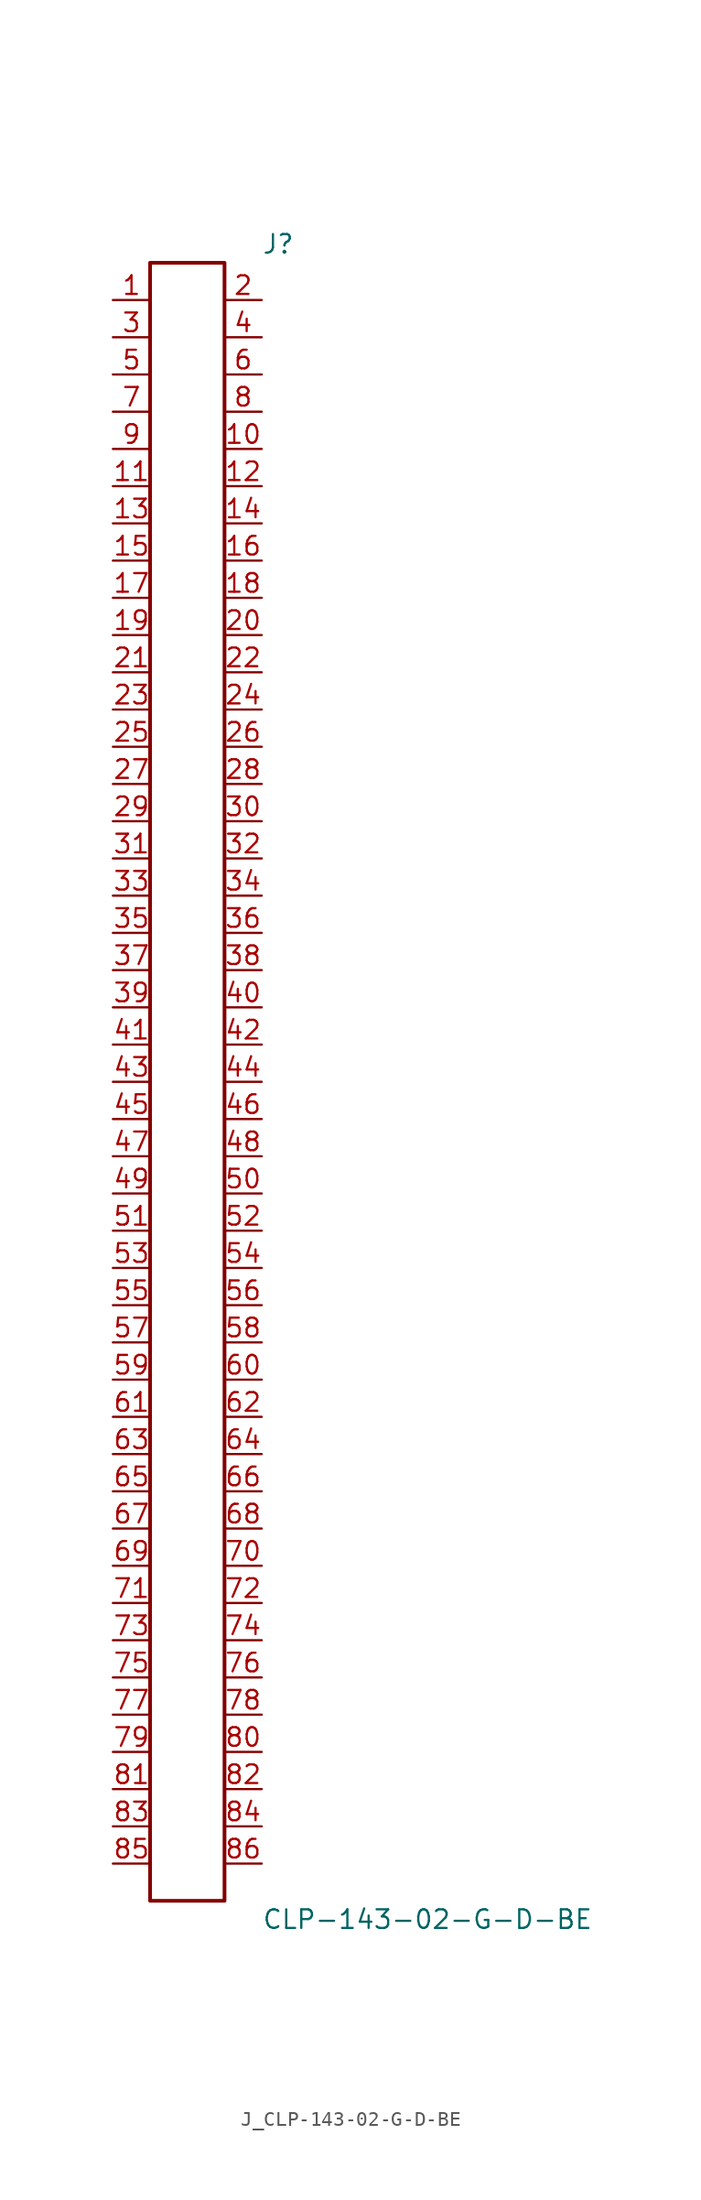
<source format=kicad_sym>
(kicad_symbol_lib
  (version 20231120)
  (generator kicad_symbol_editor)
  (generator_version 8.0)
  (symbol "J_CLP-143-02-G-D-BE"
    (pin_names
      (offset 0.254))
    (property "Reference" "J"
      (at 5.08 57.15 0)
      (effects (font (size 1.27 1.27)) (justify left)))
    (property "Value" "CLP-143-02-G-D-BE"
      (at 5.08 -57.15 0)
      (effects (font (size 1.27 1.27)) (justify left)))
    (symbol "J_CLP-143-02-G-D-BE_0_0"
      (pin passive line (at -5.08 53.34 0) (length 2.54) (name "" (effects (font (size 1.27 1.27)))) (number "1" (effects (font (size 1.27 1.27)))))
      (pin passive line (at 5.08 53.34 180) (length 2.54) (name "" (effects (font (size 1.27 1.27)))) (number "2" (effects (font (size 1.27 1.27)))))
      (pin passive line (at -5.08 50.8 0) (length 2.54) (name "" (effects (font (size 1.27 1.27)))) (number "3" (effects (font (size 1.27 1.27)))))
      (pin passive line (at 5.08 50.8 180) (length 2.54) (name "" (effects (font (size 1.27 1.27)))) (number "4" (effects (font (size 1.27 1.27)))))
      (pin passive line (at -5.08 48.26 0) (length 2.54) (name "" (effects (font (size 1.27 1.27)))) (number "5" (effects (font (size 1.27 1.27)))))
      (pin passive line (at 5.08 48.26 180) (length 2.54) (name "" (effects (font (size 1.27 1.27)))) (number "6" (effects (font (size 1.27 1.27)))))
      (pin passive line (at -5.08 45.72 0) (length 2.54) (name "" (effects (font (size 1.27 1.27)))) (number "7" (effects (font (size 1.27 1.27)))))
      (pin passive line (at 5.08 45.72 180) (length 2.54) (name "" (effects (font (size 1.27 1.27)))) (number "8" (effects (font (size 1.27 1.27)))))
      (pin passive line (at -5.08 43.18 0) (length 2.54) (name "" (effects (font (size 1.27 1.27)))) (number "9" (effects (font (size 1.27 1.27)))))
      (pin passive line (at 5.08 43.18 180) (length 2.54) (name "" (effects (font (size 1.27 1.27)))) (number "10" (effects (font (size 1.27 1.27)))))
      (pin passive line (at -5.08 40.64 0) (length 2.54) (name "" (effects (font (size 1.27 1.27)))) (number "11" (effects (font (size 1.27 1.27)))))
      (pin passive line (at 5.08 40.64 180) (length 2.54) (name "" (effects (font (size 1.27 1.27)))) (number "12" (effects (font (size 1.27 1.27)))))
      (pin passive line (at -5.08 38.1 0) (length 2.54) (name "" (effects (font (size 1.27 1.27)))) (number "13" (effects (font (size 1.27 1.27)))))
      (pin passive line (at 5.08 38.1 180) (length 2.54) (name "" (effects (font (size 1.27 1.27)))) (number "14" (effects (font (size 1.27 1.27)))))
      (pin passive line (at -5.08 35.56 0) (length 2.54) (name "" (effects (font (size 1.27 1.27)))) (number "15" (effects (font (size 1.27 1.27)))))
      (pin passive line (at 5.08 35.56 180) (length 2.54) (name "" (effects (font (size 1.27 1.27)))) (number "16" (effects (font (size 1.27 1.27)))))
      (pin passive line (at -5.08 33.02 0) (length 2.54) (name "" (effects (font (size 1.27 1.27)))) (number "17" (effects (font (size 1.27 1.27)))))
      (pin passive line (at 5.08 33.02 180) (length 2.54) (name "" (effects (font (size 1.27 1.27)))) (number "18" (effects (font (size 1.27 1.27)))))
      (pin passive line (at -5.08 30.48 0) (length 2.54) (name "" (effects (font (size 1.27 1.27)))) (number "19" (effects (font (size 1.27 1.27)))))
      (pin passive line (at 5.08 30.48 180) (length 2.54) (name "" (effects (font (size 1.27 1.27)))) (number "20" (effects (font (size 1.27 1.27)))))
      (pin passive line (at -5.08 27.94 0) (length 2.54) (name "" (effects (font (size 1.27 1.27)))) (number "21" (effects (font (size 1.27 1.27)))))
      (pin passive line (at 5.08 27.94 180) (length 2.54) (name "" (effects (font (size 1.27 1.27)))) (number "22" (effects (font (size 1.27 1.27)))))
      (pin passive line (at -5.08 25.4 0) (length 2.54) (name "" (effects (font (size 1.27 1.27)))) (number "23" (effects (font (size 1.27 1.27)))))
      (pin passive line (at 5.08 25.4 180) (length 2.54) (name "" (effects (font (size 1.27 1.27)))) (number "24" (effects (font (size 1.27 1.27)))))
      (pin passive line (at -5.08 22.86 0) (length 2.54) (name "" (effects (font (size 1.27 1.27)))) (number "25" (effects (font (size 1.27 1.27)))))
      (pin passive line (at 5.08 22.86 180) (length 2.54) (name "" (effects (font (size 1.27 1.27)))) (number "26" (effects (font (size 1.27 1.27)))))
      (pin passive line (at -5.08 20.32 0) (length 2.54) (name "" (effects (font (size 1.27 1.27)))) (number "27" (effects (font (size 1.27 1.27)))))
      (pin passive line (at 5.08 20.32 180) (length 2.54) (name "" (effects (font (size 1.27 1.27)))) (number "28" (effects (font (size 1.27 1.27)))))
      (pin passive line (at -5.08 17.78 0) (length 2.54) (name "" (effects (font (size 1.27 1.27)))) (number "29" (effects (font (size 1.27 1.27)))))
      (pin passive line (at 5.08 17.78 180) (length 2.54) (name "" (effects (font (size 1.27 1.27)))) (number "30" (effects (font (size 1.27 1.27)))))
      (pin passive line (at -5.08 15.24 0) (length 2.54) (name "" (effects (font (size 1.27 1.27)))) (number "31" (effects (font (size 1.27 1.27)))))
      (pin passive line (at 5.08 15.24 180) (length 2.54) (name "" (effects (font (size 1.27 1.27)))) (number "32" (effects (font (size 1.27 1.27)))))
      (pin passive line (at -5.08 12.7 0) (length 2.54) (name "" (effects (font (size 1.27 1.27)))) (number "33" (effects (font (size 1.27 1.27)))))
      (pin passive line (at 5.08 12.7 180) (length 2.54) (name "" (effects (font (size 1.27 1.27)))) (number "34" (effects (font (size 1.27 1.27)))))
      (pin passive line (at -5.08 10.16 0) (length 2.54) (name "" (effects (font (size 1.27 1.27)))) (number "35" (effects (font (size 1.27 1.27)))))
      (pin passive line (at 5.08 10.16 180) (length 2.54) (name "" (effects (font (size 1.27 1.27)))) (number "36" (effects (font (size 1.27 1.27)))))
      (pin passive line (at -5.08 7.62 0) (length 2.54) (name "" (effects (font (size 1.27 1.27)))) (number "37" (effects (font (size 1.27 1.27)))))
      (pin passive line (at 5.08 7.62 180) (length 2.54) (name "" (effects (font (size 1.27 1.27)))) (number "38" (effects (font (size 1.27 1.27)))))
      (pin passive line (at -5.08 5.08 0) (length 2.54) (name "" (effects (font (size 1.27 1.27)))) (number "39" (effects (font (size 1.27 1.27)))))
      (pin passive line (at 5.08 5.08 180) (length 2.54) (name "" (effects (font (size 1.27 1.27)))) (number "40" (effects (font (size 1.27 1.27)))))
      (pin passive line (at -5.08 2.54 0) (length 2.54) (name "" (effects (font (size 1.27 1.27)))) (number "41" (effects (font (size 1.27 1.27)))))
      (pin passive line (at 5.08 2.54 180) (length 2.54) (name "" (effects (font (size 1.27 1.27)))) (number "42" (effects (font (size 1.27 1.27)))))
      (pin passive line (at -5.08 0.0 0) (length 2.54) (name "" (effects (font (size 1.27 1.27)))) (number "43" (effects (font (size 1.27 1.27)))))
      (pin passive line (at 5.08 0.0 180) (length 2.54) (name "" (effects (font (size 1.27 1.27)))) (number "44" (effects (font (size 1.27 1.27)))))
      (pin passive line (at -5.08 -2.54 0) (length 2.54) (name "" (effects (font (size 1.27 1.27)))) (number "45" (effects (font (size 1.27 1.27)))))
      (pin passive line (at 5.08 -2.54 180) (length 2.54) (name "" (effects (font (size 1.27 1.27)))) (number "46" (effects (font (size 1.27 1.27)))))
      (pin passive line (at -5.08 -5.08 0) (length 2.54) (name "" (effects (font (size 1.27 1.27)))) (number "47" (effects (font (size 1.27 1.27)))))
      (pin passive line (at 5.08 -5.08 180) (length 2.54) (name "" (effects (font (size 1.27 1.27)))) (number "48" (effects (font (size 1.27 1.27)))))
      (pin passive line (at -5.08 -7.62 0) (length 2.54) (name "" (effects (font (size 1.27 1.27)))) (number "49" (effects (font (size 1.27 1.27)))))
      (pin passive line (at 5.08 -7.62 180) (length 2.54) (name "" (effects (font (size 1.27 1.27)))) (number "50" (effects (font (size 1.27 1.27)))))
      (pin passive line (at -5.08 -10.16 0) (length 2.54) (name "" (effects (font (size 1.27 1.27)))) (number "51" (effects (font (size 1.27 1.27)))))
      (pin passive line (at 5.08 -10.16 180) (length 2.54) (name "" (effects (font (size 1.27 1.27)))) (number "52" (effects (font (size 1.27 1.27)))))
      (pin passive line (at -5.08 -12.7 0) (length 2.54) (name "" (effects (font (size 1.27 1.27)))) (number "53" (effects (font (size 1.27 1.27)))))
      (pin passive line (at 5.08 -12.7 180) (length 2.54) (name "" (effects (font (size 1.27 1.27)))) (number "54" (effects (font (size 1.27 1.27)))))
      (pin passive line (at -5.08 -15.24 0) (length 2.54) (name "" (effects (font (size 1.27 1.27)))) (number "55" (effects (font (size 1.27 1.27)))))
      (pin passive line (at 5.08 -15.24 180) (length 2.54) (name "" (effects (font (size 1.27 1.27)))) (number "56" (effects (font (size 1.27 1.27)))))
      (pin passive line (at -5.08 -17.78 0) (length 2.54) (name "" (effects (font (size 1.27 1.27)))) (number "57" (effects (font (size 1.27 1.27)))))
      (pin passive line (at 5.08 -17.78 180) (length 2.54) (name "" (effects (font (size 1.27 1.27)))) (number "58" (effects (font (size 1.27 1.27)))))
      (pin passive line (at -5.08 -20.32 0) (length 2.54) (name "" (effects (font (size 1.27 1.27)))) (number "59" (effects (font (size 1.27 1.27)))))
      (pin passive line (at 5.08 -20.32 180) (length 2.54) (name "" (effects (font (size 1.27 1.27)))) (number "60" (effects (font (size 1.27 1.27)))))
      (pin passive line (at -5.08 -22.86 0) (length 2.54) (name "" (effects (font (size 1.27 1.27)))) (number "61" (effects (font (size 1.27 1.27)))))
      (pin passive line (at 5.08 -22.86 180) (length 2.54) (name "" (effects (font (size 1.27 1.27)))) (number "62" (effects (font (size 1.27 1.27)))))
      (pin passive line (at -5.08 -25.4 0) (length 2.54) (name "" (effects (font (size 1.27 1.27)))) (number "63" (effects (font (size 1.27 1.27)))))
      (pin passive line (at 5.08 -25.4 180) (length 2.54) (name "" (effects (font (size 1.27 1.27)))) (number "64" (effects (font (size 1.27 1.27)))))
      (pin passive line (at -5.08 -27.94 0) (length 2.54) (name "" (effects (font (size 1.27 1.27)))) (number "65" (effects (font (size 1.27 1.27)))))
      (pin passive line (at 5.08 -27.94 180) (length 2.54) (name "" (effects (font (size 1.27 1.27)))) (number "66" (effects (font (size 1.27 1.27)))))
      (pin passive line (at -5.08 -30.48 0) (length 2.54) (name "" (effects (font (size 1.27 1.27)))) (number "67" (effects (font (size 1.27 1.27)))))
      (pin passive line (at 5.08 -30.48 180) (length 2.54) (name "" (effects (font (size 1.27 1.27)))) (number "68" (effects (font (size 1.27 1.27)))))
      (pin passive line (at -5.08 -33.02 0) (length 2.54) (name "" (effects (font (size 1.27 1.27)))) (number "69" (effects (font (size 1.27 1.27)))))
      (pin passive line (at 5.08 -33.02 180) (length 2.54) (name "" (effects (font (size 1.27 1.27)))) (number "70" (effects (font (size 1.27 1.27)))))
      (pin passive line (at -5.08 -35.56 0) (length 2.54) (name "" (effects (font (size 1.27 1.27)))) (number "71" (effects (font (size 1.27 1.27)))))
      (pin passive line (at 5.08 -35.56 180) (length 2.54) (name "" (effects (font (size 1.27 1.27)))) (number "72" (effects (font (size 1.27 1.27)))))
      (pin passive line (at -5.08 -38.1 0) (length 2.54) (name "" (effects (font (size 1.27 1.27)))) (number "73" (effects (font (size 1.27 1.27)))))
      (pin passive line (at 5.08 -38.1 180) (length 2.54) (name "" (effects (font (size 1.27 1.27)))) (number "74" (effects (font (size 1.27 1.27)))))
      (pin passive line (at -5.08 -40.64 0) (length 2.54) (name "" (effects (font (size 1.27 1.27)))) (number "75" (effects (font (size 1.27 1.27)))))
      (pin passive line (at 5.08 -40.64 180) (length 2.54) (name "" (effects (font (size 1.27 1.27)))) (number "76" (effects (font (size 1.27 1.27)))))
      (pin passive line (at -5.08 -43.18 0) (length 2.54) (name "" (effects (font (size 1.27 1.27)))) (number "77" (effects (font (size 1.27 1.27)))))
      (pin passive line (at 5.08 -43.18 180) (length 2.54) (name "" (effects (font (size 1.27 1.27)))) (number "78" (effects (font (size 1.27 1.27)))))
      (pin passive line (at -5.08 -45.72 0) (length 2.54) (name "" (effects (font (size 1.27 1.27)))) (number "79" (effects (font (size 1.27 1.27)))))
      (pin passive line (at 5.08 -45.72 180) (length 2.54) (name "" (effects (font (size 1.27 1.27)))) (number "80" (effects (font (size 1.27 1.27)))))
      (pin passive line (at -5.08 -48.26 0) (length 2.54) (name "" (effects (font (size 1.27 1.27)))) (number "81" (effects (font (size 1.27 1.27)))))
      (pin passive line (at 5.08 -48.26 180) (length 2.54) (name "" (effects (font (size 1.27 1.27)))) (number "82" (effects (font (size 1.27 1.27)))))
      (pin passive line (at -5.08 -50.8 0) (length 2.54) (name "" (effects (font (size 1.27 1.27)))) (number "83" (effects (font (size 1.27 1.27)))))
      (pin passive line (at 5.08 -50.8 180) (length 2.54) (name "" (effects (font (size 1.27 1.27)))) (number "84" (effects (font (size 1.27 1.27)))))
      (pin passive line (at -5.08 -53.34 0) (length 2.54) (name "" (effects (font (size 1.27 1.27)))) (number "85" (effects (font (size 1.27 1.27)))))
      (pin passive line (at 5.08 -53.34 180) (length 2.54) (name "" (effects (font (size 1.27 1.27)))) (number "86" (effects (font (size 1.27 1.27))))))
    (symbol "J_CLP-143-02-G-D-BE_1_0"
      (rectangle (start -2.54 55.88) (end 2.54 -55.88) (stroke (width 0.254) (type solid)) (fill (type none))))))
</source>
